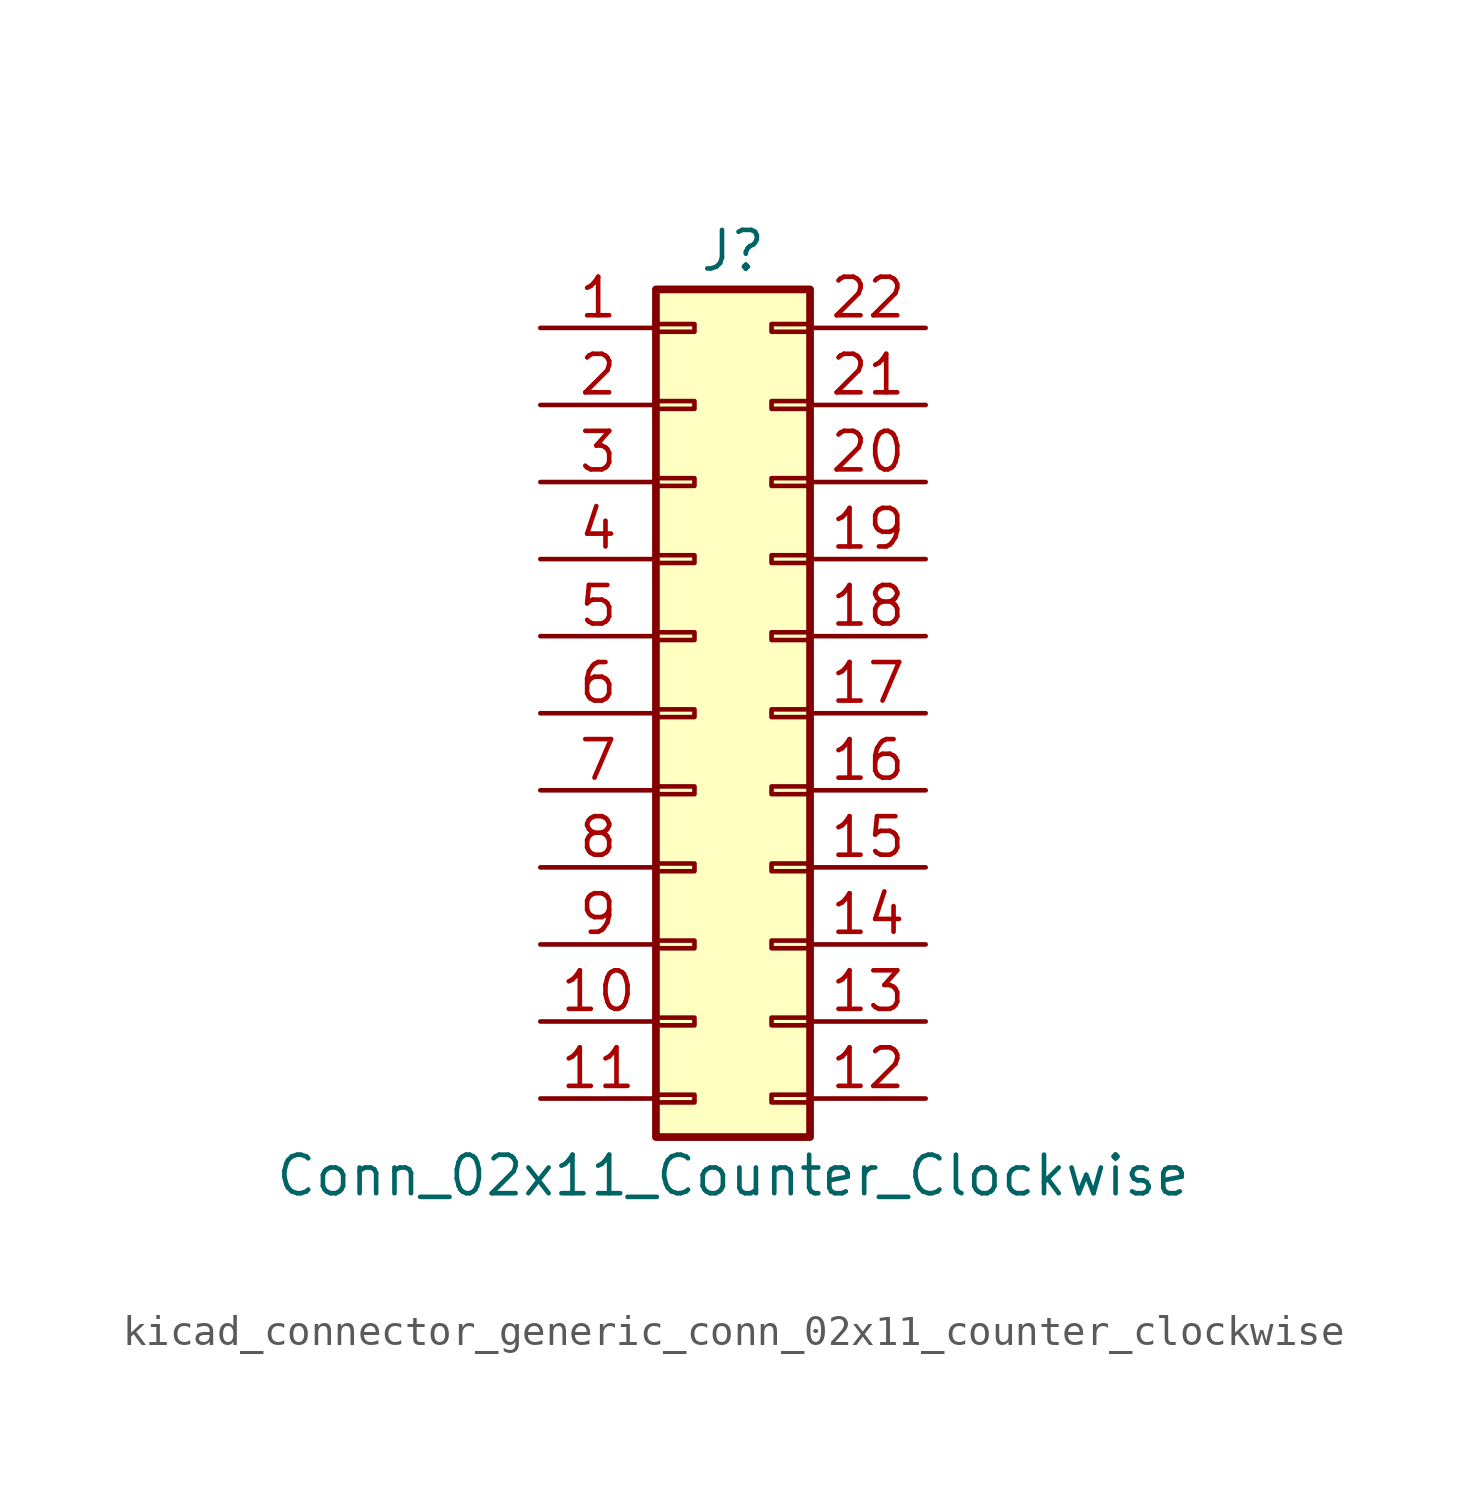
<source format=kicad_sym>
(kicad_symbol_lib
  (version 20220914)
  (generator kicad_symbol_editor)
  (symbol "kicad_connector_generic_conn_02x11_counter_clockwise"
    (pin_names
      (offset 1.016) hide)
    (property "Reference" "J"
      (at 1.27 15.24 0)
      (effects (font (size 1.27 1.27))))
    (property "Value" "Conn_02x11_Counter_Clockwise"
      (at 1.27 -15.24 0)
      (effects (font (size 1.27 1.27))))
    (symbol "kicad_connector_generic_conn_02x11_counter_clockwise_1_1"
      (rectangle (start -1.27 -12.573) (end 0 -12.827) (stroke (width 0.152) (type default)) (fill (type none)))
      (rectangle (start -1.27 -10.033) (end 0 -10.287) (stroke (width 0.152) (type default)) (fill (type none)))
      (rectangle (start -1.27 -7.493) (end 0 -7.747) (stroke (width 0.152) (type default)) (fill (type none)))
      (rectangle (start -1.27 -4.953) (end 0 -5.207) (stroke (width 0.152) (type default)) (fill (type none)))
      (rectangle (start -1.27 -2.413) (end 0 -2.667) (stroke (width 0.152) (type default)) (fill (type none)))
      (rectangle (start -1.27 0.127) (end 0 -0.127) (stroke (width 0.152) (type default)) (fill (type none)))
      (rectangle (start -1.27 2.667) (end 0 2.413) (stroke (width 0.152) (type default)) (fill (type none)))
      (rectangle (start -1.27 5.207) (end 0 4.953) (stroke (width 0.152) (type default)) (fill (type none)))
      (rectangle (start -1.27 7.747) (end 0 7.493) (stroke (width 0.152) (type default)) (fill (type none)))
      (rectangle (start -1.27 10.287) (end 0 10.033) (stroke (width 0.152) (type default)) (fill (type none)))
      (rectangle (start -1.27 12.827) (end 0 12.573) (stroke (width 0.152) (type default)) (fill (type none)))
      (rectangle (start -1.27 13.97) (end 3.81 -13.97) (stroke (width 0.254) (type default)) (fill (type background)))
      (rectangle (start 3.81 -12.573) (end 2.54 -12.827) (stroke (width 0.152) (type default)) (fill (type none)))
      (rectangle (start 3.81 -10.033) (end 2.54 -10.287) (stroke (width 0.152) (type default)) (fill (type none)))
      (rectangle (start 3.81 -7.493) (end 2.54 -7.747) (stroke (width 0.152) (type default)) (fill (type none)))
      (rectangle (start 3.81 -4.953) (end 2.54 -5.207) (stroke (width 0.152) (type default)) (fill (type none)))
      (rectangle (start 3.81 -2.413) (end 2.54 -2.667) (stroke (width 0.152) (type default)) (fill (type none)))
      (rectangle (start 3.81 0.127) (end 2.54 -0.127) (stroke (width 0.152) (type default)) (fill (type none)))
      (rectangle (start 3.81 2.667) (end 2.54 2.413) (stroke (width 0.152) (type default)) (fill (type none)))
      (rectangle (start 3.81 5.207) (end 2.54 4.953) (stroke (width 0.152) (type default)) (fill (type none)))
      (rectangle (start 3.81 7.747) (end 2.54 7.493) (stroke (width 0.152) (type default)) (fill (type none)))
      (rectangle (start 3.81 10.287) (end 2.54 10.033) (stroke (width 0.152) (type default)) (fill (type none)))
      (rectangle (start 3.81 12.827) (end 2.54 12.573) (stroke (width 0.152) (type default)) (fill (type none)))
      (pin passive line (at -5.08 12.7 0) (length 3.81) (name "Pin_1" (effects (font (size 1.27 1.27)))) (number "1" (effects (font (size 1.27 1.27)))))
      (pin passive line (at -5.08 -10.16 0) (length 3.81) (name "Pin_10" (effects (font (size 1.27 1.27)))) (number "10" (effects (font (size 1.27 1.27)))))
      (pin passive line (at -5.08 -12.7 0) (length 3.81) (name "Pin_11" (effects (font (size 1.27 1.27)))) (number "11" (effects (font (size 1.27 1.27)))))
      (pin passive line (at 7.62 -12.7 180) (length 3.81) (name "Pin_12" (effects (font (size 1.27 1.27)))) (number "12" (effects (font (size 1.27 1.27)))))
      (pin passive line (at 7.62 -10.16 180) (length 3.81) (name "Pin_13" (effects (font (size 1.27 1.27)))) (number "13" (effects (font (size 1.27 1.27)))))
      (pin passive line (at 7.62 -7.62 180) (length 3.81) (name "Pin_14" (effects (font (size 1.27 1.27)))) (number "14" (effects (font (size 1.27 1.27)))))
      (pin passive line (at 7.62 -5.08 180) (length 3.81) (name "Pin_15" (effects (font (size 1.27 1.27)))) (number "15" (effects (font (size 1.27 1.27)))))
      (pin passive line (at 7.62 -2.54 180) (length 3.81) (name "Pin_16" (effects (font (size 1.27 1.27)))) (number "16" (effects (font (size 1.27 1.27)))))
      (pin passive line (at 7.62 0 180) (length 3.81) (name "Pin_17" (effects (font (size 1.27 1.27)))) (number "17" (effects (font (size 1.27 1.27)))))
      (pin passive line (at 7.62 2.54 180) (length 3.81) (name "Pin_18" (effects (font (size 1.27 1.27)))) (number "18" (effects (font (size 1.27 1.27)))))
      (pin passive line (at 7.62 5.08 180) (length 3.81) (name "Pin_19" (effects (font (size 1.27 1.27)))) (number "19" (effects (font (size 1.27 1.27)))))
      (pin passive line (at -5.08 10.16 0) (length 3.81) (name "Pin_2" (effects (font (size 1.27 1.27)))) (number "2" (effects (font (size 1.27 1.27)))))
      (pin passive line (at 7.62 7.62 180) (length 3.81) (name "Pin_20" (effects (font (size 1.27 1.27)))) (number "20" (effects (font (size 1.27 1.27)))))
      (pin passive line (at 7.62 10.16 180) (length 3.81) (name "Pin_21" (effects (font (size 1.27 1.27)))) (number "21" (effects (font (size 1.27 1.27)))))
      (pin passive line (at 7.62 12.7 180) (length 3.81) (name "Pin_22" (effects (font (size 1.27 1.27)))) (number "22" (effects (font (size 1.27 1.27)))))
      (pin passive line (at -5.08 7.62 0) (length 3.81) (name "Pin_3" (effects (font (size 1.27 1.27)))) (number "3" (effects (font (size 1.27 1.27)))))
      (pin passive line (at -5.08 5.08 0) (length 3.81) (name "Pin_4" (effects (font (size 1.27 1.27)))) (number "4" (effects (font (size 1.27 1.27)))))
      (pin passive line (at -5.08 2.54 0) (length 3.81) (name "Pin_5" (effects (font (size 1.27 1.27)))) (number "5" (effects (font (size 1.27 1.27)))))
      (pin passive line (at -5.08 0 0) (length 3.81) (name "Pin_6" (effects (font (size 1.27 1.27)))) (number "6" (effects (font (size 1.27 1.27)))))
      (pin passive line (at -5.08 -2.54 0) (length 3.81) (name "Pin_7" (effects (font (size 1.27 1.27)))) (number "7" (effects (font (size 1.27 1.27)))))
      (pin passive line (at -5.08 -5.08 0) (length 3.81) (name "Pin_8" (effects (font (size 1.27 1.27)))) (number "8" (effects (font (size 1.27 1.27)))))
      (pin passive line (at -5.08 -7.62 0) (length 3.81) (name "Pin_9" (effects (font (size 1.27 1.27)))) (number "9" (effects (font (size 1.27 1.27))))))))
</source>
